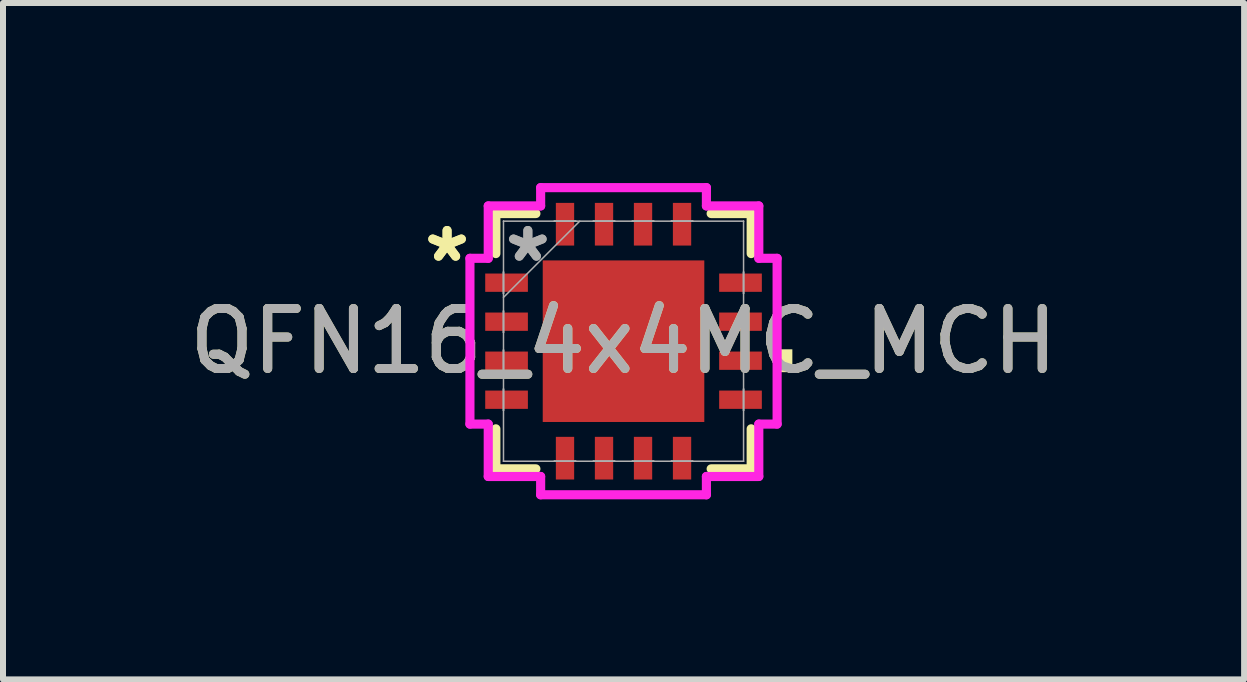
<source format=kicad_pcb>
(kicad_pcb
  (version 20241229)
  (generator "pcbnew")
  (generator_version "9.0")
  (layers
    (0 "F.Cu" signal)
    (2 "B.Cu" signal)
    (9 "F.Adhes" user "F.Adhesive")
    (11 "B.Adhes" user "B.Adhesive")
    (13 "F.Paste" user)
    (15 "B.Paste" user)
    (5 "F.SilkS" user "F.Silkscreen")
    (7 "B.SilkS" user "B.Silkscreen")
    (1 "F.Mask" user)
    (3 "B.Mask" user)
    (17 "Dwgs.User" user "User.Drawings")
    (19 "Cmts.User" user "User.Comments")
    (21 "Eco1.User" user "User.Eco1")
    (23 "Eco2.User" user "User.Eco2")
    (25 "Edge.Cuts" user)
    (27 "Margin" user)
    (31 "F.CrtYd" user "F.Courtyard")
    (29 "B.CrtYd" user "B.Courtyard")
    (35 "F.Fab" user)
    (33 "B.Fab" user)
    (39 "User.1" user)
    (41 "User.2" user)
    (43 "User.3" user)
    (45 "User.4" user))
  (footprint "QFN16_4x4MC_MCH"
    (layer "F.Cu")
    (at 7.339 2.635)
    (property "Reference" "QFN16_4x4MC_MCH" (at 0 0 0) (unlocked yes) (layer "F.SilkS") (effects (font (size 1 1) (thickness 0.15))))
    (attr smd)
    (fp_line (start -2.127 -2.127) (end -2.127 -1.46) (stroke (width 0.152) (type solid)) (layer "F.SilkS"))
    (fp_line (start -2.127 1.46) (end -2.127 2.127) (stroke (width 0.152) (type solid)) (layer "F.SilkS"))
    (fp_line (start -2.127 2.127) (end -1.46 2.127) (stroke (width 0.152) (type solid)) (layer "F.SilkS"))
    (fp_line (start -1.46 -2.127) (end -2.127 -2.127) (stroke (width 0.152) (type solid)) (layer "F.SilkS"))
    (fp_line (start 1.46 2.127) (end 2.127 2.127) (stroke (width 0.152) (type solid)) (layer "F.SilkS"))
    (fp_line (start 2.127 -2.127) (end 1.46 -2.127) (stroke (width 0.152) (type solid)) (layer "F.SilkS"))
    (fp_line (start 2.127 -1.46) (end 2.127 -2.127) (stroke (width 0.152) (type solid)) (layer "F.SilkS"))
    (fp_line (start 2.127 2.127) (end 2.127 1.46) (stroke (width 0.152) (type solid)) (layer "F.SilkS"))
    (fp_poly (pts (xy 2.813 0.135) (xy 2.813 0.516) (xy 2.559 0.516) (xy 2.559 0.135)) (stroke (width 0) (type solid)) (fill yes) (layer "F.SilkS"))
    (fp_poly (pts (xy -1.246 -1.246) (xy -1.246 -0.1) (xy -0.1 -0.1) (xy -0.1 -1.246)) (stroke (width 0) (type solid)) (fill yes) (layer "F.Paste"))
    (fp_poly (pts (xy -1.246 0.1) (xy -1.246 1.246) (xy -0.1 1.246) (xy -0.1 0.1)) (stroke (width 0) (type solid)) (fill yes) (layer "F.Paste"))
    (fp_poly (pts (xy 0.1 -1.246) (xy 0.1 -0.1) (xy 1.246 -0.1) (xy 1.246 -1.246)) (stroke (width 0) (type solid)) (fill yes) (layer "F.Paste"))
    (fp_poly (pts (xy 0.1 0.1) (xy 0.1 1.246) (xy 1.246 1.246) (xy 1.246 0.1)) (stroke (width 0) (type solid)) (fill yes) (layer "F.Paste"))
    (fp_line (start -2.559 -1.381) (end -2.254 -1.381) (stroke (width 0.152) (type solid)) (layer "F.CrtYd"))
    (fp_line (start -2.559 1.381) (end -2.559 -1.381) (stroke (width 0.152) (type solid)) (layer "F.CrtYd"))
    (fp_line (start -2.254 -2.254) (end -1.381 -2.254) (stroke (width 0.152) (type solid)) (layer "F.CrtYd"))
    (fp_line (start -2.254 -1.381) (end -2.254 -2.254) (stroke (width 0.152) (type solid)) (layer "F.CrtYd"))
    (fp_line (start -2.254 1.381) (end -2.559 1.381) (stroke (width 0.152) (type solid)) (layer "F.CrtYd"))
    (fp_line (start -2.254 2.254) (end -2.254 1.381) (stroke (width 0.152) (type solid)) (layer "F.CrtYd"))
    (fp_line (start -1.381 -2.559) (end 1.381 -2.559) (stroke (width 0.152) (type solid)) (layer "F.CrtYd"))
    (fp_line (start -1.381 -2.254) (end -1.381 -2.559) (stroke (width 0.152) (type solid)) (layer "F.CrtYd"))
    (fp_line (start -1.381 2.254) (end -2.254 2.254) (stroke (width 0.152) (type solid)) (layer "F.CrtYd"))
    (fp_line (start -1.381 2.559) (end -1.381 2.254) (stroke (width 0.152) (type solid)) (layer "F.CrtYd"))
    (fp_line (start 1.381 -2.559) (end 1.381 -2.254) (stroke (width 0.152) (type solid)) (layer "F.CrtYd"))
    (fp_line (start 1.381 -2.254) (end 2.254 -2.254) (stroke (width 0.152) (type solid)) (layer "F.CrtYd"))
    (fp_line (start 1.381 2.254) (end 1.381 2.559) (stroke (width 0.152) (type solid)) (layer "F.CrtYd"))
    (fp_line (start 1.381 2.559) (end -1.381 2.559) (stroke (width 0.152) (type solid)) (layer "F.CrtYd"))
    (fp_line (start 2.254 -2.254) (end 2.254 -1.381) (stroke (width 0.152) (type solid)) (layer "F.CrtYd"))
    (fp_line (start 2.254 -1.381) (end 2.559 -1.381) (stroke (width 0.152) (type solid)) (layer "F.CrtYd"))
    (fp_line (start 2.254 1.381) (end 2.254 2.254) (stroke (width 0.152) (type solid)) (layer "F.CrtYd"))
    (fp_line (start 2.254 2.254) (end 1.381 2.254) (stroke (width 0.152) (type solid)) (layer "F.CrtYd"))
    (fp_line (start 2.559 -1.381) (end 2.559 1.381) (stroke (width 0.152) (type solid)) (layer "F.CrtYd"))
    (fp_line (start 2.559 1.381) (end 2.254 1.381) (stroke (width 0.152) (type solid)) (layer "F.CrtYd"))
    (fp_line (start -2 -2) (end -2 -2) (stroke (width 0.025) (type solid)) (layer "F.Fab"))
    (fp_line (start -2 -2) (end -2 2) (stroke (width 0.025) (type solid)) (layer "F.Fab"))
    (fp_line (start -2 -1.153) (end -2 -1.153) (stroke (width 0.025) (type solid)) (layer "F.Fab"))
    (fp_line (start -2 -1.153) (end -2 -0.797) (stroke (width 0.025) (type solid)) (layer "F.Fab"))
    (fp_line (start -2 -0.797) (end -2 -1.153) (stroke (width 0.025) (type solid)) (layer "F.Fab"))
    (fp_line (start -2 -0.797) (end -2 -0.797) (stroke (width 0.025) (type solid)) (layer "F.Fab"))
    (fp_line (start -2 -0.73) (end -0.73 -2) (stroke (width 0.025) (type solid)) (layer "F.Fab"))
    (fp_line (start -2 -0.503) (end -2 -0.503) (stroke (width 0.025) (type solid)) (layer "F.Fab"))
    (fp_line (start -2 -0.503) (end -2 -0.147) (stroke (width 0.025) (type solid)) (layer "F.Fab"))
    (fp_line (start -2 -0.147) (end -2 -0.503) (stroke (width 0.025) (type solid)) (layer "F.Fab"))
    (fp_line (start -2 -0.147) (end -2 -0.147) (stroke (width 0.025) (type solid)) (layer "F.Fab"))
    (fp_line (start -2 0.147) (end -2 0.147) (stroke (width 0.025) (type solid)) (layer "F.Fab"))
    (fp_line (start -2 0.147) (end -2 0.503) (stroke (width 0.025) (type solid)) (layer "F.Fab"))
    (fp_line (start -2 0.503) (end -2 0.147) (stroke (width 0.025) (type solid)) (layer "F.Fab"))
    (fp_line (start -2 0.503) (end -2 0.503) (stroke (width 0.025) (type solid)) (layer "F.Fab"))
    (fp_line (start -2 0.797) (end -2 0.797) (stroke (width 0.025) (type solid)) (layer "F.Fab"))
    (fp_line (start -2 0.797) (end -2 1.153) (stroke (width 0.025) (type solid)) (layer "F.Fab"))
    (fp_line (start -2 1.153) (end -2 0.797) (stroke (width 0.025) (type solid)) (layer "F.Fab"))
    (fp_line (start -2 1.153) (end -2 1.153) (stroke (width 0.025) (type solid)) (layer "F.Fab"))
    (fp_line (start -2 2) (end -2 2) (stroke (width 0.025) (type solid)) (layer "F.Fab"))
    (fp_line (start -2 2) (end 2 2) (stroke (width 0.025) (type solid)) (layer "F.Fab"))
    (fp_line (start -1.153 -2) (end -1.153 -2) (stroke (width 0.025) (type solid)) (layer "F.Fab"))
    (fp_line (start -1.153 -2) (end -0.797 -2) (stroke (width 0.025) (type solid)) (layer "F.Fab"))
    (fp_line (start -1.153 2) (end -1.153 2) (stroke (width 0.025) (type solid)) (layer "F.Fab"))
    (fp_line (start -1.153 2) (end -0.797 2) (stroke (width 0.025) (type solid)) (layer "F.Fab"))
    (fp_line (start -0.797 -2) (end -1.153 -2) (stroke (width 0.025) (type solid)) (layer "F.Fab"))
    (fp_line (start -0.797 -2) (end -0.797 -2) (stroke (width 0.025) (type solid)) (layer "F.Fab"))
    (fp_line (start -0.797 2) (end -1.153 2) (stroke (width 0.025) (type solid)) (layer "F.Fab"))
    (fp_line (start -0.797 2) (end -0.797 2) (stroke (width 0.025) (type solid)) (layer "F.Fab"))
    (fp_line (start -0.503 -2) (end -0.503 -2) (stroke (width 0.025) (type solid)) (layer "F.Fab"))
    (fp_line (start -0.503 -2) (end -0.147 -2) (stroke (width 0.025) (type solid)) (layer "F.Fab"))
    (fp_line (start -0.503 2) (end -0.503 2) (stroke (width 0.025) (type solid)) (layer "F.Fab"))
    (fp_line (start -0.503 2) (end -0.147 2) (stroke (width 0.025) (type solid)) (layer "F.Fab"))
    (fp_line (start -0.147 -2) (end -0.503 -2) (stroke (width 0.025) (type solid)) (layer "F.Fab"))
    (fp_line (start -0.147 -2) (end -0.147 -2) (stroke (width 0.025) (type solid)) (layer "F.Fab"))
    (fp_line (start -0.147 2) (end -0.503 2) (stroke (width 0.025) (type solid)) (layer "F.Fab"))
    (fp_line (start -0.147 2) (end -0.147 2) (stroke (width 0.025) (type solid)) (layer "F.Fab"))
    (fp_line (start 0.147 -2) (end 0.147 -2) (stroke (width 0.025) (type solid)) (layer "F.Fab"))
    (fp_line (start 0.147 -2) (end 0.503 -2) (stroke (width 0.025) (type solid)) (layer "F.Fab"))
    (fp_line (start 0.147 2) (end 0.147 2) (stroke (width 0.025) (type solid)) (layer "F.Fab"))
    (fp_line (start 0.147 2) (end 0.503 2) (stroke (width 0.025) (type solid)) (layer "F.Fab"))
    (fp_line (start 0.503 -2) (end 0.147 -2) (stroke (width 0.025) (type solid)) (layer "F.Fab"))
    (fp_line (start 0.503 -2) (end 0.503 -2) (stroke (width 0.025) (type solid)) (layer "F.Fab"))
    (fp_line (start 0.503 2) (end 0.147 2) (stroke (width 0.025) (type solid)) (layer "F.Fab"))
    (fp_line (start 0.503 2) (end 0.503 2) (stroke (width 0.025) (type solid)) (layer "F.Fab"))
    (fp_line (start 0.797 -2) (end 0.797 -2) (stroke (width 0.025) (type solid)) (layer "F.Fab"))
    (fp_line (start 0.797 -2) (end 1.153 -2) (stroke (width 0.025) (type solid)) (layer "F.Fab"))
    (fp_line (start 0.797 2) (end 0.797 2) (stroke (width 0.025) (type solid)) (layer "F.Fab"))
    (fp_line (start 0.797 2) (end 1.153 2) (stroke (width 0.025) (type solid)) (layer "F.Fab"))
    (fp_line (start 1.153 -2) (end 0.797 -2) (stroke (width 0.025) (type solid)) (layer "F.Fab"))
    (fp_line (start 1.153 -2) (end 1.153 -2) (stroke (width 0.025) (type solid)) (layer "F.Fab"))
    (fp_line (start 1.153 2) (end 0.797 2) (stroke (width 0.025) (type solid)) (layer "F.Fab"))
    (fp_line (start 1.153 2) (end 1.153 2) (stroke (width 0.025) (type solid)) (layer "F.Fab"))
    (fp_line (start 2 -2) (end -2 -2) (stroke (width 0.025) (type solid)) (layer "F.Fab"))
    (fp_line (start 2 -2) (end 2 -2) (stroke (width 0.025) (type solid)) (layer "F.Fab"))
    (fp_line (start 2 -1.153) (end 2 -1.153) (stroke (width 0.025) (type solid)) (layer "F.Fab"))
    (fp_line (start 2 -1.153) (end 2 -0.797) (stroke (width 0.025) (type solid)) (layer "F.Fab"))
    (fp_line (start 2 -0.797) (end 2 -1.153) (stroke (width 0.025) (type solid)) (layer "F.Fab"))
    (fp_line (start 2 -0.797) (end 2 -0.797) (stroke (width 0.025) (type solid)) (layer "F.Fab"))
    (fp_line (start 2 -0.503) (end 2 -0.503) (stroke (width 0.025) (type solid)) (layer "F.Fab"))
    (fp_line (start 2 -0.503) (end 2 -0.147) (stroke (width 0.025) (type solid)) (layer "F.Fab"))
    (fp_line (start 2 -0.147) (end 2 -0.503) (stroke (width 0.025) (type solid)) (layer "F.Fab"))
    (fp_line (start 2 -0.147) (end 2 -0.147) (stroke (width 0.025) (type solid)) (layer "F.Fab"))
    (fp_line (start 2 0.147) (end 2 0.147) (stroke (width 0.025) (type solid)) (layer "F.Fab"))
    (fp_line (start 2 0.147) (end 2 0.503) (stroke (width 0.025) (type solid)) (layer "F.Fab"))
    (fp_line (start 2 0.503) (end 2 0.147) (stroke (width 0.025) (type solid)) (layer "F.Fab"))
    (fp_line (start 2 0.503) (end 2 0.503) (stroke (width 0.025) (type solid)) (layer "F.Fab"))
    (fp_line (start 2 0.797) (end 2 0.797) (stroke (width 0.025) (type solid)) (layer "F.Fab"))
    (fp_line (start 2 0.797) (end 2 1.153) (stroke (width 0.025) (type solid)) (layer "F.Fab"))
    (fp_line (start 2 1.153) (end 2 0.797) (stroke (width 0.025) (type solid)) (layer "F.Fab"))
    (fp_line (start 2 1.153) (end 2 1.153) (stroke (width 0.025) (type solid)) (layer "F.Fab"))
    (fp_line (start 2 2) (end 2 -2) (stroke (width 0.025) (type solid)) (layer "F.Fab"))
    (fp_line (start 2 2) (end 2 2) (stroke (width 0.025) (type solid)) (layer "F.Fab"))
    (fp_text user "*" (at -2.94 -1.3 0) (unlocked yes) (layer "F.SilkS") (effects (font (size 1 1) (thickness 0.15))))
    (fp_text user "*" (at -2.94 -1.3 0) (layer "F.SilkS") (effects (font (size 1 1) (thickness 0.15))))
    (fp_text user "${REFERENCE}" (at 0 0 0) (unlocked yes) (layer "F.Fab") (effects (font (size 1 1) (thickness 0.15))))
    (fp_text user "*" (at -1.594 -1.3 0) (unlocked yes) (layer "F.Fab") (effects (font (size 1 1) (thickness 0.15))))
    (fp_text user "*" (at -1.594 -1.3 0) (layer "F.Fab") (effects (font (size 1 1) (thickness 0.15))))
    (pad "1" smd rect (at -1.949 -0.975 90) (size 0.305 0.711) (layers "F.Cu" "F.Mask" "F.Paste"))
    (pad "2" smd rect (at -1.949 -0.325 90) (size 0.305 0.711) (layers "F.Cu" "F.Mask" "F.Paste"))
    (pad "3" smd rect (at -1.949 0.325 90) (size 0.305 0.711) (layers "F.Cu" "F.Mask" "F.Paste"))
    (pad "4" smd rect (at -1.949 0.975 90) (size 0.305 0.711) (layers "F.Cu" "F.Mask" "F.Paste"))
    (pad "5" smd rect (at -0.975 1.949) (size 0.305 0.711) (layers "F.Cu" "F.Mask" "F.Paste"))
    (pad "6" smd rect (at -0.325 1.949) (size 0.305 0.711) (layers "F.Cu" "F.Mask" "F.Paste"))
    (pad "7" smd rect (at 0.325 1.949) (size 0.305 0.711) (layers "F.Cu" "F.Mask" "F.Paste"))
    (pad "8" smd rect (at 0.975 1.949) (size 0.305 0.711) (layers "F.Cu" "F.Mask" "F.Paste"))
    (pad "9" smd rect (at 1.949 0.975 90) (size 0.305 0.711) (layers "F.Cu" "F.Mask" "F.Paste"))
    (pad "10" smd rect (at 1.949 0.325 90) (size 0.305 0.711) (layers "F.Cu" "F.Mask" "F.Paste"))
    (pad "11" smd rect (at 1.949 -0.325 90) (size 0.305 0.711) (layers "F.Cu" "F.Mask" "F.Paste"))
    (pad "12" smd rect (at 1.949 -0.975 90) (size 0.305 0.711) (layers "F.Cu" "F.Mask" "F.Paste"))
    (pad "13" smd rect (at 0.975 -1.949) (size 0.305 0.711) (layers "F.Cu" "F.Mask" "F.Paste"))
    (pad "14" smd rect (at 0.325 -1.949) (size 0.305 0.711) (layers "F.Cu" "F.Mask" "F.Paste"))
    (pad "15" smd rect (at -0.325 -1.949) (size 0.305 0.711) (layers "F.Cu" "F.Mask" "F.Paste"))
    (pad "16" smd rect (at -0.975 -1.949) (size 0.305 0.711) (layers "F.Cu" "F.Mask" "F.Paste"))
    (pad "17" smd rect (at 0 0) (size 2.692 2.692) (layers "F.Cu" "F.Mask")))
  (gr_rect
    (start -3 -3)
    (end 17.679 8.27)
    (stroke (width 0.1) (type default))
    (fill no)
    (layer "Edge.Cuts")))
</source>
